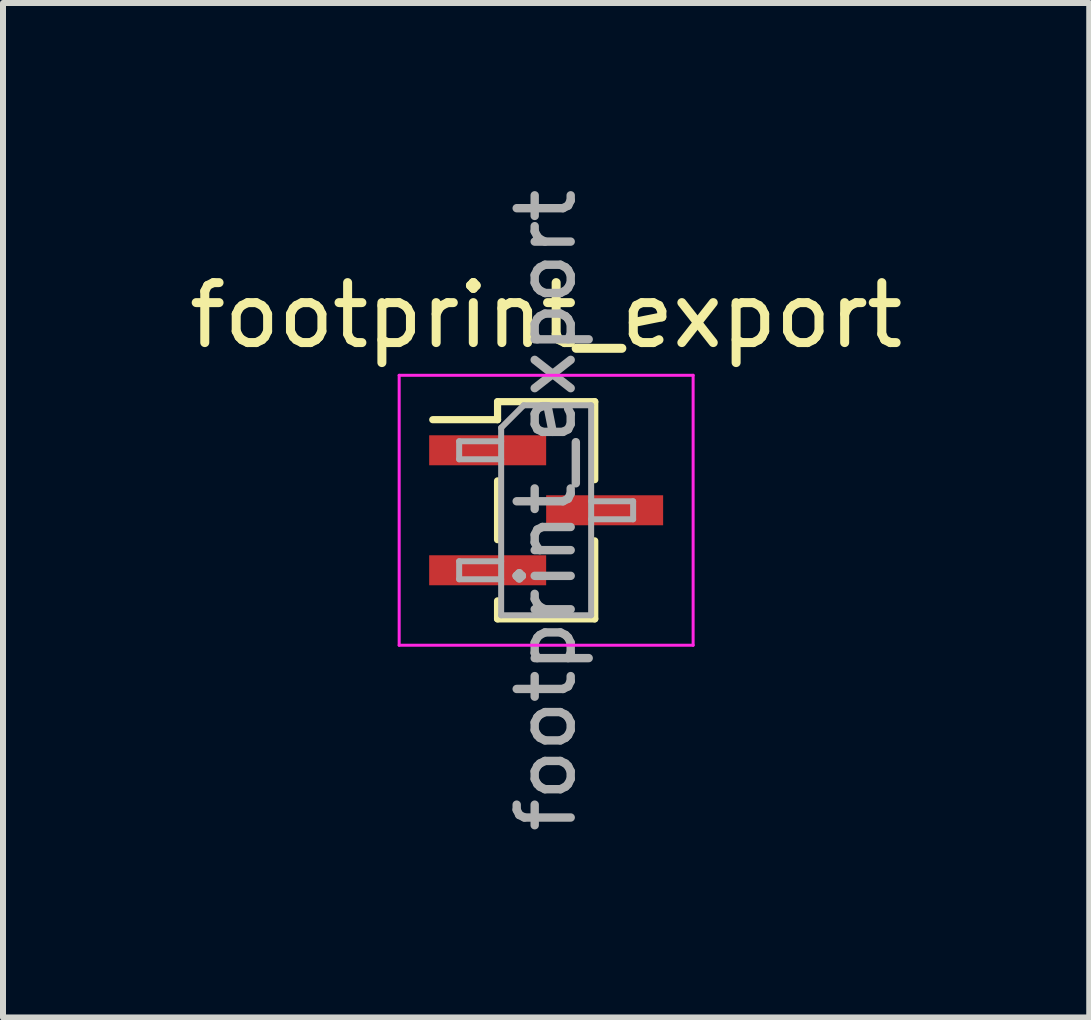
<source format=kicad_pcb>
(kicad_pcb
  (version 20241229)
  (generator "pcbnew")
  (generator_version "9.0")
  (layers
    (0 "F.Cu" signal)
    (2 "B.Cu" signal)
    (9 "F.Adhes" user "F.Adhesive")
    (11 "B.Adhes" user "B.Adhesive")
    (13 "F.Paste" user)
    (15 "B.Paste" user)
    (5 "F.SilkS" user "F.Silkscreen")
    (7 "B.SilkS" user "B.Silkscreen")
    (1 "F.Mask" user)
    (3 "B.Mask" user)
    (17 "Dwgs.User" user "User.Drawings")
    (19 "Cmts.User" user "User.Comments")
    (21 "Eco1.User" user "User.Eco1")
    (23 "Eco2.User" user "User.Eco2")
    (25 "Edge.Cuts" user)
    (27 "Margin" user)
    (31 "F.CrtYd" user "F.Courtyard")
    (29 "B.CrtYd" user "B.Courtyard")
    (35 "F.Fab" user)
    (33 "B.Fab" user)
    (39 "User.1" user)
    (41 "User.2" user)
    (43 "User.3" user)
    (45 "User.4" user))
  (footprint "footprint_export"
    (layer "F.Cu")
    (at 6.054 5.456)
    (property "Reference" "footprint_export" (at 0 -3.25 0) (layer "F.SilkS") (effects (font (size 1 1) (thickness 0.15))))
    (attr smd)
    (fp_line (start -1.89 -1.51) (end -0.81 -1.51) (stroke (width 0.12) (type solid)) (layer "F.SilkS"))
    (fp_line (start -0.81 -1.81) (end -0.81 -1.51) (stroke (width 0.12) (type solid)) (layer "F.SilkS"))
    (fp_line (start -0.81 -1.81) (end 0.81 -1.81) (stroke (width 0.12) (type solid)) (layer "F.SilkS"))
    (fp_line (start -0.81 -0.49) (end -0.81 0.49) (stroke (width 0.12) (type solid)) (layer "F.SilkS"))
    (fp_line (start -0.81 1.51) (end -0.81 1.81) (stroke (width 0.12) (type solid)) (layer "F.SilkS"))
    (fp_line (start -0.81 1.81) (end 0.81 1.81) (stroke (width 0.12) (type solid)) (layer "F.SilkS"))
    (fp_line (start 0.81 -1.81) (end 0.81 -0.51) (stroke (width 0.12) (type solid)) (layer "F.SilkS"))
    (fp_line (start 0.81 0.51) (end 0.81 1.81) (stroke (width 0.12) (type solid)) (layer "F.SilkS"))
    (fp_line (start -2.45 -2.25) (end 2.45 -2.25) (stroke (width 0.05) (type solid)) (layer "F.CrtYd"))
    (fp_line (start -2.45 2.25) (end -2.45 -2.25) (stroke (width 0.05) (type solid)) (layer "F.CrtYd"))
    (fp_line (start 2.45 -2.25) (end 2.45 2.25) (stroke (width 0.05) (type solid)) (layer "F.CrtYd"))
    (fp_line (start 2.45 2.25) (end -2.45 2.25) (stroke (width 0.05) (type solid)) (layer "F.CrtYd"))
    (fp_line (start -1.45 -1.15) (end -0.75 -1.15) (stroke (width 0.1) (type solid)) (layer "F.Fab"))
    (fp_line (start -1.45 -0.85) (end -1.45 -1.15) (stroke (width 0.1) (type solid)) (layer "F.Fab"))
    (fp_line (start -1.45 0.85) (end -0.75 0.85) (stroke (width 0.1) (type solid)) (layer "F.Fab"))
    (fp_line (start -1.45 1.15) (end -1.45 0.85) (stroke (width 0.1) (type solid)) (layer "F.Fab"))
    (fp_line (start -0.75 -1.375) (end -0.375 -1.75) (stroke (width 0.1) (type solid)) (layer "F.Fab"))
    (fp_line (start -0.75 -0.85) (end -1.45 -0.85) (stroke (width 0.1) (type solid)) (layer "F.Fab"))
    (fp_line (start -0.75 1.15) (end -1.45 1.15) (stroke (width 0.1) (type solid)) (layer "F.Fab"))
    (fp_line (start -0.75 1.75) (end -0.75 -1.375) (stroke (width 0.1) (type solid)) (layer "F.Fab"))
    (fp_line (start -0.375 -1.75) (end 0.75 -1.75) (stroke (width 0.1) (type solid)) (layer "F.Fab"))
    (fp_line (start 0.75 -1.75) (end 0.75 1.75) (stroke (width 0.1) (type solid)) (layer "F.Fab"))
    (fp_line (start 0.75 -0.15) (end 1.45 -0.15) (stroke (width 0.1) (type solid)) (layer "F.Fab"))
    (fp_line (start 0.75 1.75) (end -0.75 1.75) (stroke (width 0.1) (type solid)) (layer "F.Fab"))
    (fp_line (start 1.45 -0.15) (end 1.45 0.15) (stroke (width 0.1) (type solid)) (layer "F.Fab"))
    (fp_line (start 1.45 0.15) (end 0.75 0.15) (stroke (width 0.1) (type solid)) (layer "F.Fab"))
    (fp_text user "${REFERENCE}" (at 0 0 90) (layer "F.Fab") (effects (font (size 0.9 0.9) (thickness 0.14))))
    (pad "1" smd rect (at -0.975 -1) (size 1.95 0.5) (layers "F.Cu" "F.Mask" "F.Paste"))
    (pad "2" smd rect (at 0.975 0) (size 1.95 0.5) (layers "F.Cu" "F.Mask" "F.Paste"))
    (pad "3" smd rect (at -0.975 1) (size 1.95 0.5) (layers "F.Cu" "F.Mask" "F.Paste")))
  (gr_rect
    (start -3 -3)
    (end 15.107 13.911)
    (stroke (width 0.1) (type default))
    (fill no)
    (layer "Edge.Cuts")))
</source>
